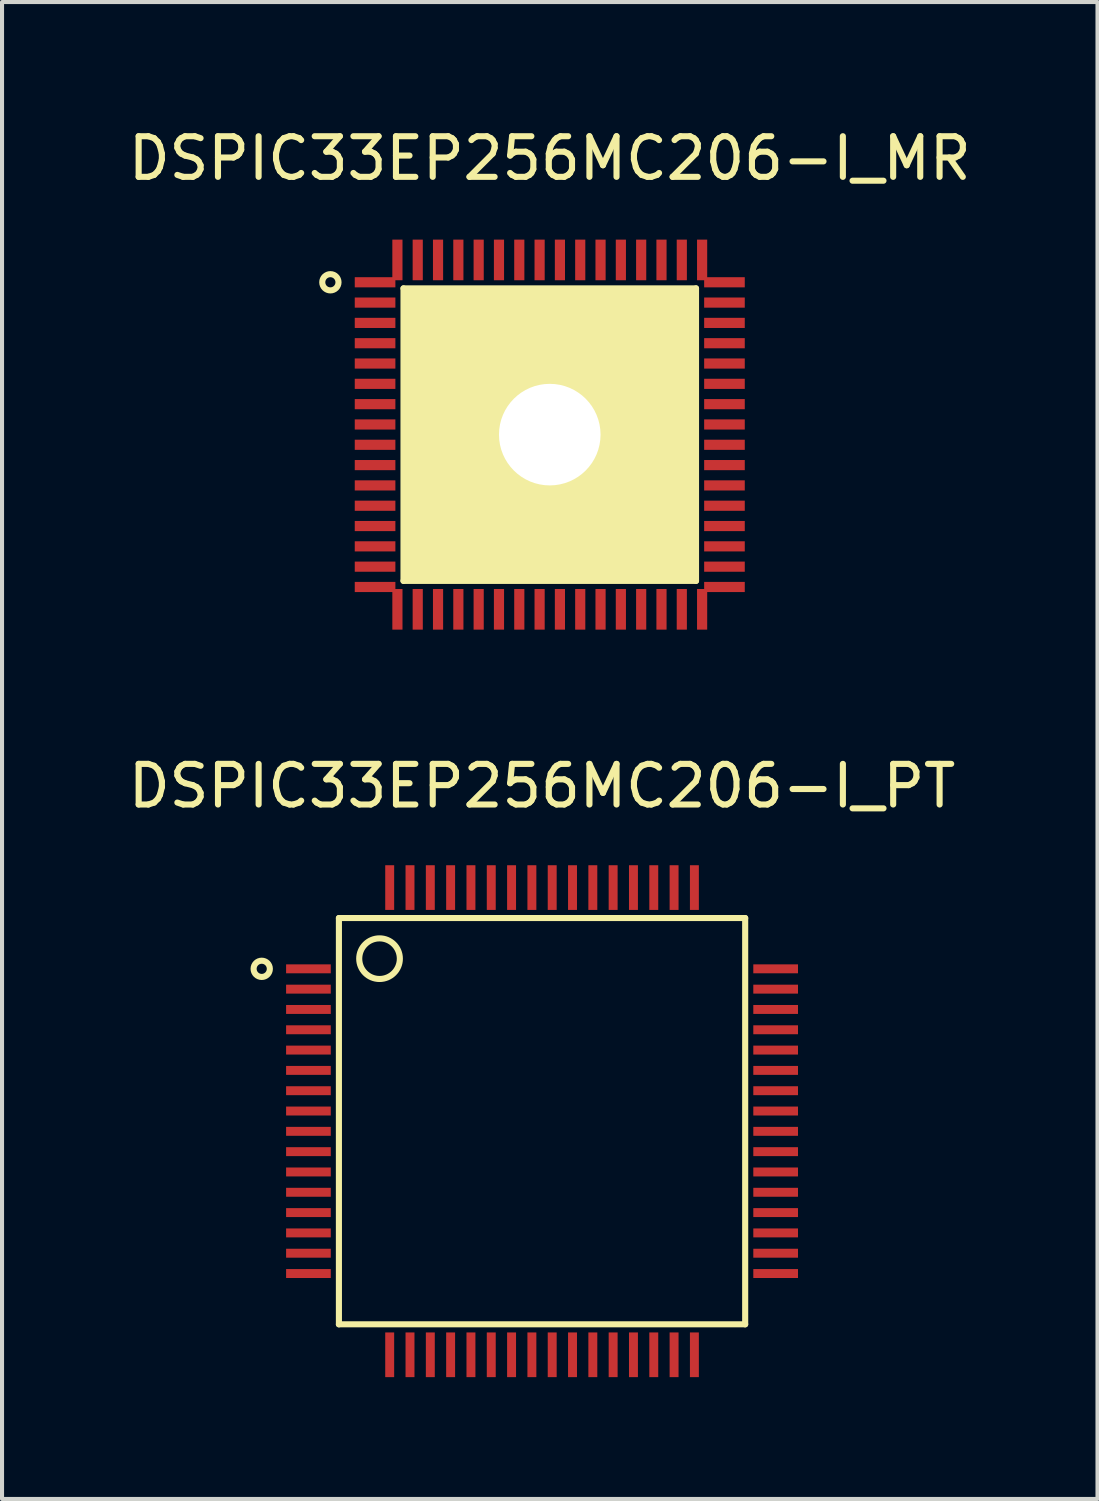
<source format=kicad_pcb>
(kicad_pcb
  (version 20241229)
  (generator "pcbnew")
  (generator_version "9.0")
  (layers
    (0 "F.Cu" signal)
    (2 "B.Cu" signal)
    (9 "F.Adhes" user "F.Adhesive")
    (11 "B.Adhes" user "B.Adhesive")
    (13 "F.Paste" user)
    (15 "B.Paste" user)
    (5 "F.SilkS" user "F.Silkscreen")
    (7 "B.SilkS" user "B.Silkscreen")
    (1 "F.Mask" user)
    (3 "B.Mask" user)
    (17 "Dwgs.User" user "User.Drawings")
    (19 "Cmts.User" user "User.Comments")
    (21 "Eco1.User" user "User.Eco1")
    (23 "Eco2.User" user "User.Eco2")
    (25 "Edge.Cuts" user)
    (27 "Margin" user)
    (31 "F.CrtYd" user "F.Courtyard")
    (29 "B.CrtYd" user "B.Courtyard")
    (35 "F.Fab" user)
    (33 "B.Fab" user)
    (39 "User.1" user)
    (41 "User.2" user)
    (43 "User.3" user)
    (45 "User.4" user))
  (footprint "DSPIC33EP256MC206-I_MR"
    (layer "F.Cu")
    (at 6.182 3.348)
    (property "Reference" "DSPIC33EP256MC206-I_MR" (at 4.3 -2.5 0) (layer "F.SilkS") (effects (font (size 1 1) (thickness 0.15))))
    (attr through_hole)
    (fp_line (start 0.7 0.7) (end 0.7 7.9) (stroke (width 0.15) (type solid)) (layer "F.SilkS"))
    (fp_line (start 0.7 0.7) (end 7.9 0.7) (stroke (width 0.15) (type solid)) (layer "F.SilkS"))
    (fp_line (start 0.7 7.9) (end 7.9 7.9) (stroke (width 0.15) (type solid)) (layer "F.SilkS"))
    (fp_line (start 7.9 7.9) (end 7.9 0.7) (stroke (width 0.15) (type solid)) (layer "F.SilkS"))
    (fp_circle (center -1.1 0.55) (end -1.1 0.35) (stroke (width 0.15) (type solid)) (fill no) (layer "F.SilkS"))
    (fp_circle (center 1.7 1.7) (end 1.7 1.2) (stroke (width 0.15) (type solid)) (fill no) (layer "F.SilkS"))
    (pad "1" smd rect (at 0 0.55) (size 1 0.25) (layers "F.Cu" "F.Mask" "F.Paste"))
    (pad "2" smd rect (at 0 1.05) (size 1 0.25) (layers "F.Cu" "F.Mask" "F.Paste"))
    (pad "3" smd rect (at 0 1.55) (size 1 0.25) (layers "F.Cu" "F.Mask" "F.Paste"))
    (pad "4" smd rect (at 0 2.05) (size 1 0.25) (layers "F.Cu" "F.Mask" "F.Paste"))
    (pad "5" smd rect (at 0 2.55) (size 1 0.25) (layers "F.Cu" "F.Mask" "F.Paste"))
    (pad "6" smd rect (at 0 3.05) (size 1 0.25) (layers "F.Cu" "F.Mask" "F.Paste"))
    (pad "7" smd rect (at 0 3.55) (size 1 0.25) (layers "F.Cu" "F.Mask" "F.Paste"))
    (pad "8" smd rect (at 0 4.05) (size 1 0.25) (layers "F.Cu" "F.Mask" "F.Paste"))
    (pad "9" smd rect (at 0 4.55) (size 1 0.25) (layers "F.Cu" "F.Mask" "F.Paste"))
    (pad "10" smd rect (at 0 5.05) (size 1 0.25) (layers "F.Cu" "F.Mask" "F.Paste"))
    (pad "11" smd rect (at 0 5.55) (size 1 0.25) (layers "F.Cu" "F.Mask" "F.Paste"))
    (pad "12" smd rect (at 0 6.05) (size 1 0.25) (layers "F.Cu" "F.Mask" "F.Paste"))
    (pad "13" smd rect (at 0 6.55) (size 1 0.25) (layers "F.Cu" "F.Mask" "F.Paste"))
    (pad "14" smd rect (at 0 7.05) (size 1 0.25) (layers "F.Cu" "F.Mask" "F.Paste"))
    (pad "15" smd rect (at 0 7.55) (size 1 0.25) (layers "F.Cu" "F.Mask" "F.Paste"))
    (pad "16" smd rect (at 0 8.05) (size 1 0.25) (layers "F.Cu" "F.Mask" "F.Paste"))
    (pad "17" smd rect (at 0.55 8.6) (size 0.25 1) (layers "F.Cu" "F.Mask" "F.Paste"))
    (pad "18" smd rect (at 1.05 8.6) (size 0.25 1) (layers "F.Cu" "F.Mask" "F.Paste"))
    (pad "19" smd rect (at 1.55 8.6) (size 0.25 1) (layers "F.Cu" "F.Mask" "F.Paste"))
    (pad "20" smd rect (at 2.05 8.6) (size 0.25 1) (layers "F.Cu" "F.Mask" "F.Paste"))
    (pad "21" smd rect (at 2.55 8.6) (size 0.25 1) (layers "F.Cu" "F.Mask" "F.Paste"))
    (pad "22" smd rect (at 3.05 8.6) (size 0.25 1) (layers "F.Cu" "F.Mask" "F.Paste"))
    (pad "23" smd rect (at 3.55 8.6) (size 0.25 1) (layers "F.Cu" "F.Mask" "F.Paste"))
    (pad "24" smd rect (at 4.05 8.6) (size 0.25 1) (layers "F.Cu" "F.Mask" "F.Paste"))
    (pad "25" smd rect (at 4.55 8.6) (size 0.25 1) (layers "F.Cu" "F.Mask" "F.Paste"))
    (pad "26" smd rect (at 5.05 8.6) (size 0.25 1) (layers "F.Cu" "F.Mask" "F.Paste"))
    (pad "27" smd rect (at 5.55 8.6) (size 0.25 1) (layers "F.Cu" "F.Mask" "F.Paste"))
    (pad "28" smd rect (at 6.05 8.6) (size 0.25 1) (layers "F.Cu" "F.Mask" "F.Paste"))
    (pad "29" smd rect (at 6.55 8.6) (size 0.25 1) (layers "F.Cu" "F.Mask" "F.Paste"))
    (pad "30" smd rect (at 7.05 8.6) (size 0.25 1) (layers "F.Cu" "F.Mask" "F.Paste"))
    (pad "31" smd rect (at 7.55 8.6) (size 0.25 1) (layers "F.Cu" "F.Mask" "F.Paste"))
    (pad "32" smd rect (at 8.05 8.6) (size 0.25 1) (layers "F.Cu" "F.Mask" "F.Paste"))
    (pad "33" smd rect (at 8.6 8.05) (size 1 0.25) (layers "F.Cu" "F.Mask" "F.Paste"))
    (pad "34" smd rect (at 8.6 7.55) (size 1 0.25) (layers "F.Cu" "F.Mask" "F.Paste"))
    (pad "35" smd rect (at 8.6 7.05) (size 1 0.25) (layers "F.Cu" "F.Mask" "F.Paste"))
    (pad "36" smd rect (at 8.6 6.55) (size 1 0.25) (layers "F.Cu" "F.Mask" "F.Paste"))
    (pad "37" smd rect (at 8.6 6.05) (size 1 0.25) (layers "F.Cu" "F.Mask" "F.Paste"))
    (pad "38" smd rect (at 8.6 5.55) (size 1 0.25) (layers "F.Cu" "F.Mask" "F.Paste"))
    (pad "39" smd rect (at 8.6 5.05) (size 1 0.25) (layers "F.Cu" "F.Mask" "F.Paste"))
    (pad "40" smd rect (at 8.6 4.55) (size 1 0.25) (layers "F.Cu" "F.Mask" "F.Paste"))
    (pad "41" smd rect (at 8.6 4.05) (size 1 0.25) (layers "F.Cu" "F.Mask" "F.Paste"))
    (pad "42" smd rect (at 8.6 3.55) (size 1 0.25) (layers "F.Cu" "F.Mask" "F.Paste"))
    (pad "43" smd rect (at 8.6 3.05) (size 1 0.25) (layers "F.Cu" "F.Mask" "F.Paste"))
    (pad "44" smd rect (at 8.6 2.55) (size 1 0.25) (layers "F.Cu" "F.Mask" "F.Paste"))
    (pad "45" smd rect (at 8.6 2.05) (size 1 0.25) (layers "F.Cu" "F.Mask" "F.Paste"))
    (pad "46" smd rect (at 8.6 1.55) (size 1 0.25) (layers "F.Cu" "F.Mask" "F.Paste"))
    (pad "47" smd rect (at 8.6 1.05) (size 1 0.25) (layers "F.Cu" "F.Mask" "F.Paste"))
    (pad "48" smd rect (at 8.6 0.55) (size 1 0.25) (layers "F.Cu" "F.Mask" "F.Paste"))
    (pad "49" smd rect (at 8.05 0) (size 0.25 1) (layers "F.Cu" "F.Mask" "F.Paste"))
    (pad "50" smd rect (at 7.55 0) (size 0.25 1) (layers "F.Cu" "F.Mask" "F.Paste"))
    (pad "51" smd rect (at 7.05 0) (size 0.25 1) (layers "F.Cu" "F.Mask" "F.Paste"))
    (pad "52" smd rect (at 6.55 0) (size 0.25 1) (layers "F.Cu" "F.Mask" "F.Paste"))
    (pad "53" smd rect (at 6.05 0) (size 0.25 1) (layers "F.Cu" "F.Mask" "F.Paste"))
    (pad "54" smd rect (at 5.55 0) (size 0.25 1) (layers "F.Cu" "F.Mask" "F.Paste"))
    (pad "55" smd rect (at 5.05 0) (size 0.25 1) (layers "F.Cu" "F.Mask" "F.Paste"))
    (pad "56" smd rect (at 4.55 0) (size 0.25 1) (layers "F.Cu" "F.Mask" "F.Paste"))
    (pad "57" smd rect (at 4.05 0) (size 0.25 1) (layers "F.Cu" "F.Mask" "F.Paste"))
    (pad "58" smd rect (at 3.55 0) (size 0.25 1) (layers "F.Cu" "F.Mask" "F.Paste"))
    (pad "59" smd rect (at 3.05 0) (size 0.25 1) (layers "F.Cu" "F.Mask" "F.Paste"))
    (pad "60" smd rect (at 2.55 0) (size 0.25 1) (layers "F.Cu" "F.Mask" "F.Paste"))
    (pad "61" smd rect (at 2.05 0) (size 0.25 1) (layers "F.Cu" "F.Mask" "F.Paste"))
    (pad "62" smd rect (at 1.55 0) (size 0.25 1) (layers "F.Cu" "F.Mask" "F.Paste"))
    (pad "63" smd rect (at 1.05 0) (size 0.25 1) (layers "F.Cu" "F.Mask" "F.Paste"))
    (pad "64" smd rect (at 0.55 0) (size 0.25 1) (layers "F.Cu" "F.Mask" "F.Paste"))
    (pad "999" thru_hole rect (at 4.3 4.3) (size 7.15 7.15) (drill 2.5) (layers "*.Cu" "*.Mask" "F.SilkS")))
  (footprint "DSPIC33EP256MC206-I_PT"
    (layer "F.Cu")
    (at 4.542 18.797)
    (property "Reference" "DSPIC33EP256MC206-I_PT" (at 5.75 -2.5 0) (layer "F.SilkS") (effects (font (size 1 1) (thickness 0.15))))
    (attr through_hole)
    (fp_line (start 0.75 0.75) (end 0.75 10.75) (stroke (width 0.15) (type solid)) (layer "F.SilkS"))
    (fp_line (start 0.75 0.75) (end 10.75 0.75) (stroke (width 0.15) (type solid)) (layer "F.SilkS"))
    (fp_line (start 0.75 10.75) (end 10.75 10.75) (stroke (width 0.15) (type solid)) (layer "F.SilkS"))
    (fp_line (start 10.75 10.75) (end 10.75 0.75) (stroke (width 0.15) (type solid)) (layer "F.SilkS"))
    (fp_circle (center -1.15 2) (end -1.15 1.8) (stroke (width 0.15) (type solid)) (fill no) (layer "F.SilkS"))
    (fp_circle (center 1.75 1.75) (end 1.75 1.25) (stroke (width 0.15) (type solid)) (fill no) (layer "F.SilkS"))
    (pad "1" smd rect (at 0 2) (size 1.1 0.22) (layers "F.Cu" "F.Mask" "F.Paste"))
    (pad "2" smd rect (at 0 2.5) (size 1.1 0.22) (layers "F.Cu" "F.Mask" "F.Paste"))
    (pad "3" smd rect (at 0 3) (size 1.1 0.22) (layers "F.Cu" "F.Mask" "F.Paste"))
    (pad "4" smd rect (at 0 3.5) (size 1.1 0.22) (layers "F.Cu" "F.Mask" "F.Paste"))
    (pad "5" smd rect (at 0 4) (size 1.1 0.22) (layers "F.Cu" "F.Mask" "F.Paste"))
    (pad "6" smd rect (at 0 4.5) (size 1.1 0.22) (layers "F.Cu" "F.Mask" "F.Paste"))
    (pad "7" smd rect (at 0 5) (size 1.1 0.22) (layers "F.Cu" "F.Mask" "F.Paste"))
    (pad "8" smd rect (at 0 5.5) (size 1.1 0.22) (layers "F.Cu" "F.Mask" "F.Paste"))
    (pad "9" smd rect (at 0 6) (size 1.1 0.22) (layers "F.Cu" "F.Mask" "F.Paste"))
    (pad "10" smd rect (at 0 6.5) (size 1.1 0.22) (layers "F.Cu" "F.Mask" "F.Paste"))
    (pad "11" smd rect (at 0 7) (size 1.1 0.22) (layers "F.Cu" "F.Mask" "F.Paste"))
    (pad "12" smd rect (at 0 7.5) (size 1.1 0.22) (layers "F.Cu" "F.Mask" "F.Paste"))
    (pad "13" smd rect (at 0 8) (size 1.1 0.22) (layers "F.Cu" "F.Mask" "F.Paste"))
    (pad "14" smd rect (at 0 8.5) (size 1.1 0.22) (layers "F.Cu" "F.Mask" "F.Paste"))
    (pad "15" smd rect (at 0 9) (size 1.1 0.22) (layers "F.Cu" "F.Mask" "F.Paste"))
    (pad "16" smd rect (at 0 9.5) (size 1.1 0.22) (layers "F.Cu" "F.Mask" "F.Paste"))
    (pad "17" smd rect (at 2 11.5) (size 0.22 1.1) (layers "F.Cu" "F.Mask" "F.Paste"))
    (pad "18" smd rect (at 2.5 11.5) (size 0.22 1.1) (layers "F.Cu" "F.Mask" "F.Paste"))
    (pad "19" smd rect (at 3 11.5) (size 0.22 1.1) (layers "F.Cu" "F.Mask" "F.Paste"))
    (pad "20" smd rect (at 3.5 11.5) (size 0.22 1.1) (layers "F.Cu" "F.Mask" "F.Paste"))
    (pad "21" smd rect (at 4 11.5) (size 0.22 1.1) (layers "F.Cu" "F.Mask" "F.Paste"))
    (pad "22" smd rect (at 4.5 11.5) (size 0.22 1.1) (layers "F.Cu" "F.Mask" "F.Paste"))
    (pad "23" smd rect (at 5 11.5) (size 0.22 1.1) (layers "F.Cu" "F.Mask" "F.Paste"))
    (pad "24" smd rect (at 5.5 11.5) (size 0.22 1.1) (layers "F.Cu" "F.Mask" "F.Paste"))
    (pad "25" smd rect (at 6 11.5) (size 0.22 1.1) (layers "F.Cu" "F.Mask" "F.Paste"))
    (pad "26" smd rect (at 6.5 11.5) (size 0.22 1.1) (layers "F.Cu" "F.Mask" "F.Paste"))
    (pad "27" smd rect (at 7 11.5) (size 0.22 1.1) (layers "F.Cu" "F.Mask" "F.Paste"))
    (pad "28" smd rect (at 7.5 11.5) (size 0.22 1.1) (layers "F.Cu" "F.Mask" "F.Paste"))
    (pad "29" smd rect (at 8 11.5) (size 0.22 1.1) (layers "F.Cu" "F.Mask" "F.Paste"))
    (pad "30" smd rect (at 8.5 11.5) (size 0.22 1.1) (layers "F.Cu" "F.Mask" "F.Paste"))
    (pad "31" smd rect (at 9 11.5) (size 0.22 1.1) (layers "F.Cu" "F.Mask" "F.Paste"))
    (pad "32" smd rect (at 9.5 11.5) (size 0.22 1.1) (layers "F.Cu" "F.Mask" "F.Paste"))
    (pad "33" smd rect (at 11.5 9.5) (size 1.1 0.22) (layers "F.Cu" "F.Mask" "F.Paste"))
    (pad "34" smd rect (at 11.5 9) (size 1.1 0.22) (layers "F.Cu" "F.Mask" "F.Paste"))
    (pad "35" smd rect (at 11.5 8.5) (size 1.1 0.22) (layers "F.Cu" "F.Mask" "F.Paste"))
    (pad "36" smd rect (at 11.5 8) (size 1.1 0.22) (layers "F.Cu" "F.Mask" "F.Paste"))
    (pad "37" smd rect (at 11.5 7.5) (size 1.1 0.22) (layers "F.Cu" "F.Mask" "F.Paste"))
    (pad "38" smd rect (at 11.5 7) (size 1.1 0.22) (layers "F.Cu" "F.Mask" "F.Paste"))
    (pad "39" smd rect (at 11.5 6.5) (size 1.1 0.22) (layers "F.Cu" "F.Mask" "F.Paste"))
    (pad "40" smd rect (at 11.5 6) (size 1.1 0.22) (layers "F.Cu" "F.Mask" "F.Paste"))
    (pad "41" smd rect (at 11.5 5.5) (size 1.1 0.22) (layers "F.Cu" "F.Mask" "F.Paste"))
    (pad "42" smd rect (at 11.5 5) (size 1.1 0.22) (layers "F.Cu" "F.Mask" "F.Paste"))
    (pad "43" smd rect (at 11.5 4.5) (size 1.1 0.22) (layers "F.Cu" "F.Mask" "F.Paste"))
    (pad "44" smd rect (at 11.5 4) (size 1.1 0.22) (layers "F.Cu" "F.Mask" "F.Paste"))
    (pad "45" smd rect (at 11.5 3.5) (size 1.1 0.22) (layers "F.Cu" "F.Mask" "F.Paste"))
    (pad "46" smd rect (at 11.5 3) (size 1.1 0.22) (layers "F.Cu" "F.Mask" "F.Paste"))
    (pad "47" smd rect (at 11.5 2.5) (size 1.1 0.22) (layers "F.Cu" "F.Mask" "F.Paste"))
    (pad "48" smd rect (at 11.5 2) (size 1.1 0.22) (layers "F.Cu" "F.Mask" "F.Paste"))
    (pad "49" smd rect (at 9.5 0) (size 0.22 1.1) (layers "F.Cu" "F.Mask" "F.Paste"))
    (pad "50" smd rect (at 9 0) (size 0.22 1.1) (layers "F.Cu" "F.Mask" "F.Paste"))
    (pad "51" smd rect (at 8.5 0) (size 0.22 1.1) (layers "F.Cu" "F.Mask" "F.Paste"))
    (pad "52" smd rect (at 8 0) (size 0.22 1.1) (layers "F.Cu" "F.Mask" "F.Paste"))
    (pad "53" smd rect (at 7.5 0) (size 0.22 1.1) (layers "F.Cu" "F.Mask" "F.Paste"))
    (pad "54" smd rect (at 7 0) (size 0.22 1.1) (layers "F.Cu" "F.Mask" "F.Paste"))
    (pad "55" smd rect (at 6.5 0) (size 0.22 1.1) (layers "F.Cu" "F.Mask" "F.Paste"))
    (pad "56" smd rect (at 6 0) (size 0.22 1.1) (layers "F.Cu" "F.Mask" "F.Paste"))
    (pad "57" smd rect (at 5.5 0) (size 0.22 1.1) (layers "F.Cu" "F.Mask" "F.Paste"))
    (pad "58" smd rect (at 5 0) (size 0.22 1.1) (layers "F.Cu" "F.Mask" "F.Paste"))
    (pad "59" smd rect (at 4.5 0) (size 0.22 1.1) (layers "F.Cu" "F.Mask" "F.Paste"))
    (pad "60" smd rect (at 4 0) (size 0.22 1.1) (layers "F.Cu" "F.Mask" "F.Paste"))
    (pad "61" smd rect (at 3.5 0) (size 0.22 1.1) (layers "F.Cu" "F.Mask" "F.Paste"))
    (pad "62" smd rect (at 3 0) (size 0.22 1.1) (layers "F.Cu" "F.Mask" "F.Paste"))
    (pad "63" smd rect (at 2.5 0) (size 0.22 1.1) (layers "F.Cu" "F.Mask" "F.Paste"))
    (pad "64" smd rect (at 2 0) (size 0.22 1.1) (layers "F.Cu" "F.Mask" "F.Paste")))
  (gr_rect
    (start -3 -3)
    (end 23.964 33.846)
    (stroke (width 0.1) (type default))
    (fill no)
    (layer "Edge.Cuts")))
</source>
